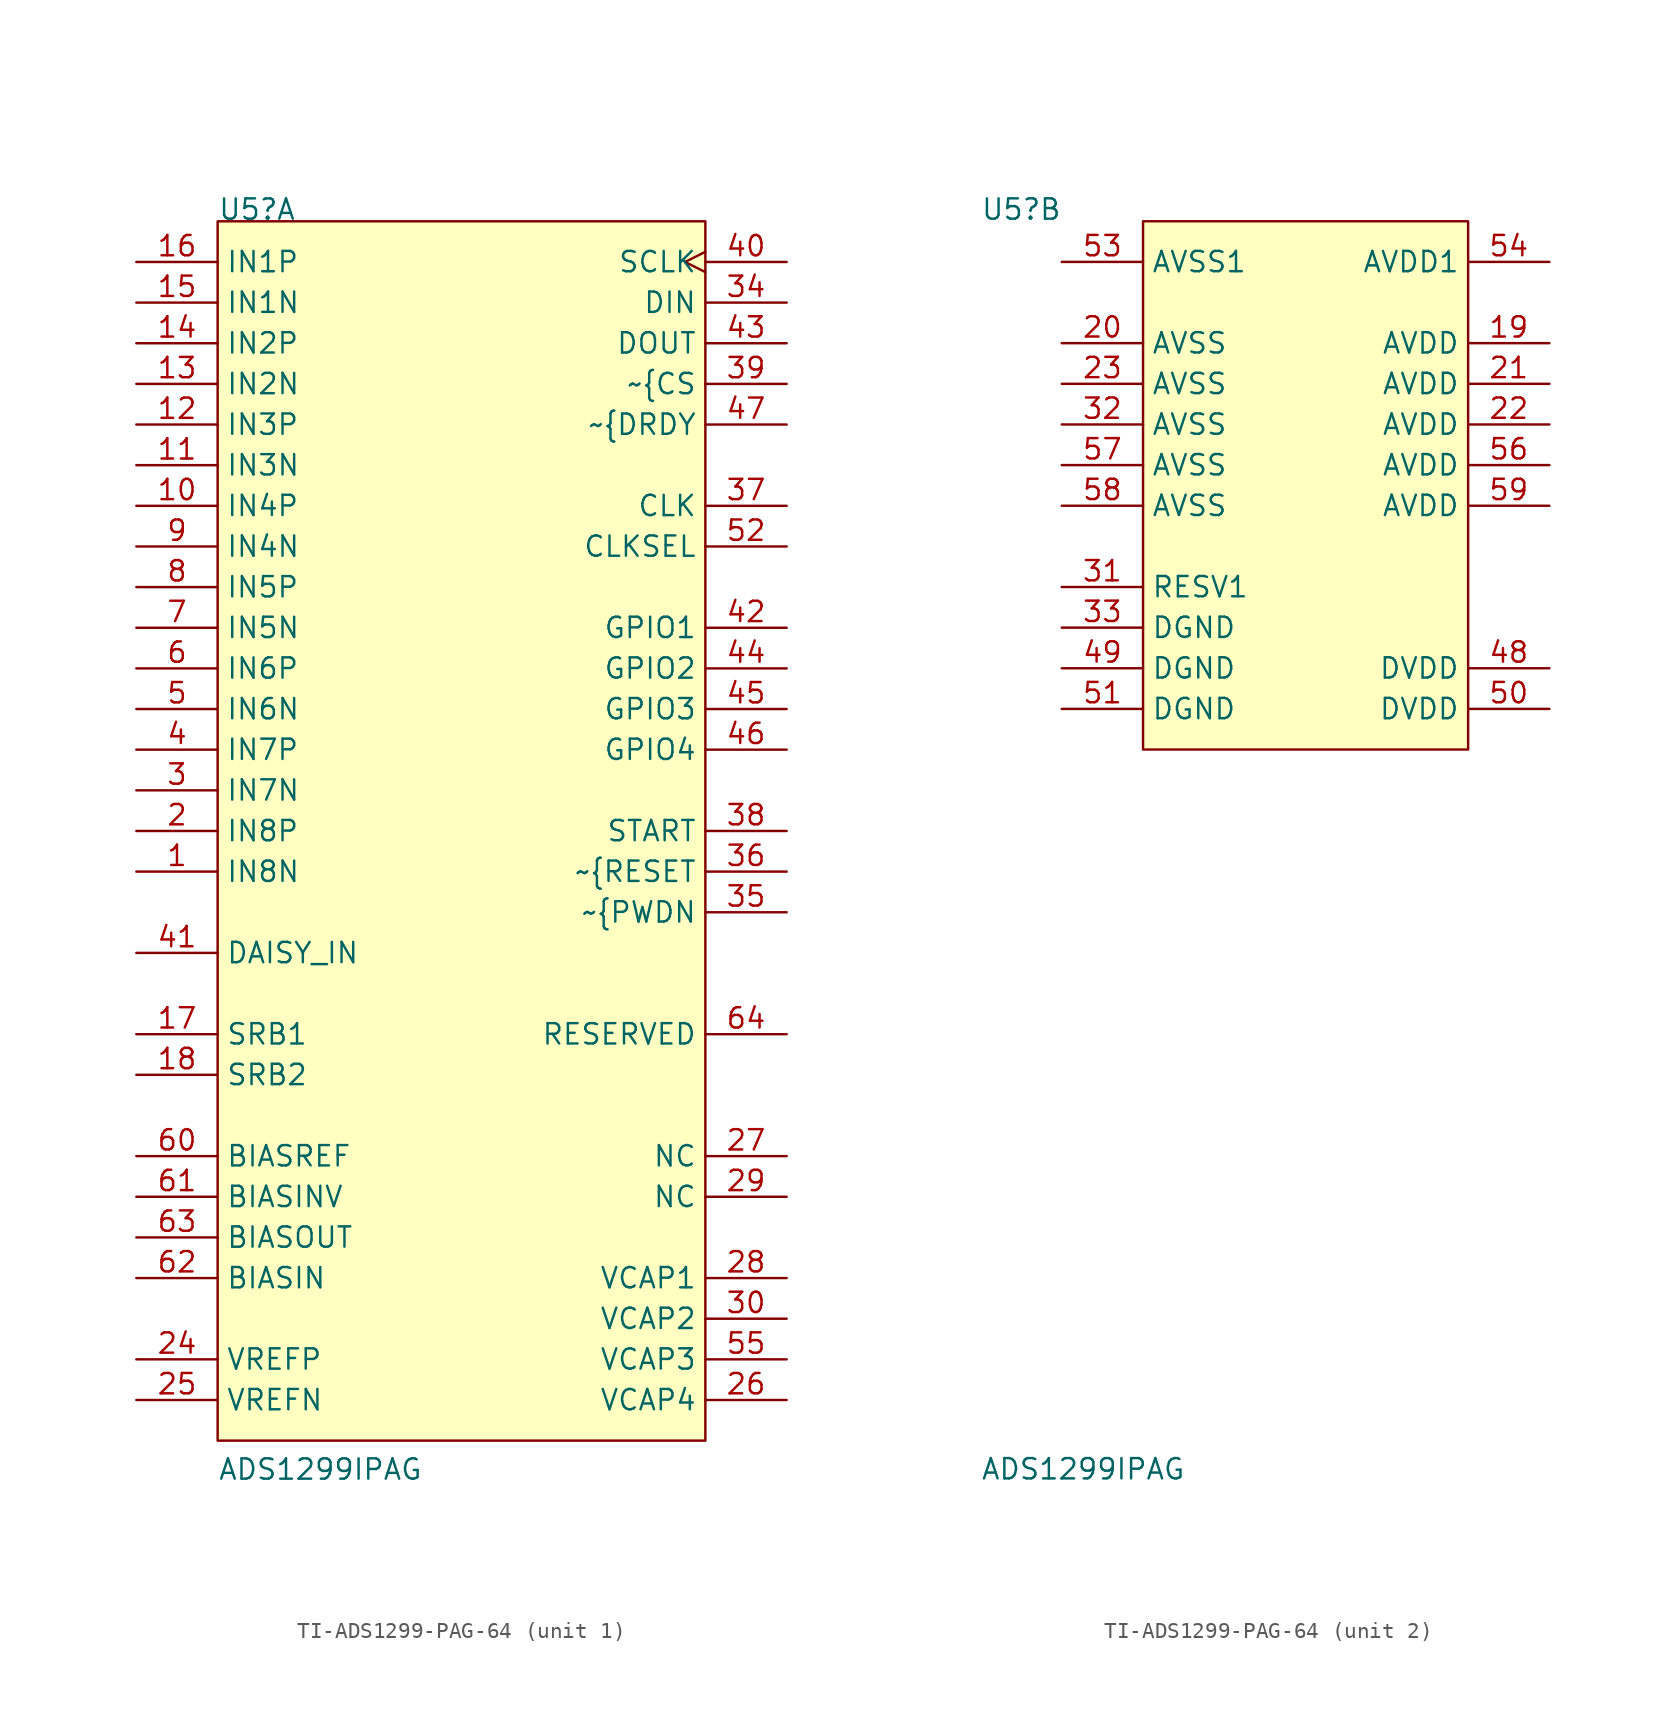
<source format=kicad_sym>
(kicad_symbol_lib
  (version 20241209)
  (generator "kicad_symbol_editor")
  (generator_version "9.0")
  (symbol "TI-ADS1299-PAG-64"
    (property "Reference" "U5"
      (at -30.48 0 0)
      (effects (font (size 1.27 1.27)) (justify left bottom)))
    (property "Value" "ADS1299IPAG"
      (at -30.48 -78.74 0)
      (effects (font (size 1.27 1.27)) (justify left bottom)))
    (symbol "TI-ADS1299-PAG-64_1_0"
      (rectangle (start 0 0) (end -30.48 -76.2) (stroke (width 0) (type default)) (fill (type background)))
      (pin input line (at -35.56 -2.54 0) (length 5.08) (name "IN1P" (effects (font (size 1.27 1.27)))) (number "16" (effects (font (size 1.27 1.27)))))
      (pin input line (at -35.56 -5.08 0) (length 5.08) (name "IN1N" (effects (font (size 1.27 1.27)))) (number "15" (effects (font (size 1.27 1.27)))))
      (pin input line (at -35.56 -7.62 0) (length 5.08) (name "IN2P" (effects (font (size 1.27 1.27)))) (number "14" (effects (font (size 1.27 1.27)))))
      (pin input line (at -35.56 -10.16 0) (length 5.08) (name "IN2N" (effects (font (size 1.27 1.27)))) (number "13" (effects (font (size 1.27 1.27)))))
      (pin input line (at -35.56 -12.7 0) (length 5.08) (name "IN3P" (effects (font (size 1.27 1.27)))) (number "12" (effects (font (size 1.27 1.27)))))
      (pin input line (at -35.56 -15.24 0) (length 5.08) (name "IN3N" (effects (font (size 1.27 1.27)))) (number "11" (effects (font (size 1.27 1.27)))))
      (pin input line (at -35.56 -17.78 0) (length 5.08) (name "IN4P" (effects (font (size 1.27 1.27)))) (number "10" (effects (font (size 1.27 1.27)))))
      (pin input line (at -35.56 -20.32 0) (length 5.08) (name "IN4N" (effects (font (size 1.27 1.27)))) (number "9" (effects (font (size 1.27 1.27)))))
      (pin input line (at -35.56 -22.86 0) (length 5.08) (name "IN5P" (effects (font (size 1.27 1.27)))) (number "8" (effects (font (size 1.27 1.27)))))
      (pin input line (at -35.56 -25.4 0) (length 5.08) (name "IN5N" (effects (font (size 1.27 1.27)))) (number "7" (effects (font (size 1.27 1.27)))))
      (pin input line (at -35.56 -27.94 0) (length 5.08) (name "IN6P" (effects (font (size 1.27 1.27)))) (number "6" (effects (font (size 1.27 1.27)))))
      (pin input line (at -35.56 -30.48 0) (length 5.08) (name "IN6N" (effects (font (size 1.27 1.27)))) (number "5" (effects (font (size 1.27 1.27)))))
      (pin input line (at -35.56 -33.02 0) (length 5.08) (name "IN7P" (effects (font (size 1.27 1.27)))) (number "4" (effects (font (size 1.27 1.27)))))
      (pin input line (at -35.56 -35.56 0) (length 5.08) (name "IN7N" (effects (font (size 1.27 1.27)))) (number "3" (effects (font (size 1.27 1.27)))))
      (pin input line (at -35.56 -38.1 0) (length 5.08) (name "IN8P" (effects (font (size 1.27 1.27)))) (number "2" (effects (font (size 1.27 1.27)))))
      (pin input line (at -35.56 -40.64 0) (length 5.08) (name "IN8N" (effects (font (size 1.27 1.27)))) (number "1" (effects (font (size 1.27 1.27)))))
      (pin input line (at -35.56 -45.72 0) (length 5.08) (name "DAISY_IN" (effects (font (size 1.27 1.27)))) (number "41" (effects (font (size 1.27 1.27)))))
      (pin input line (at -35.56 -50.8 0) (length 5.08) (name "SRB1" (effects (font (size 1.27 1.27)))) (number "17" (effects (font (size 1.27 1.27)))))
      (pin input line (at -35.56 -53.34 0) (length 5.08) (name "SRB2" (effects (font (size 1.27 1.27)))) (number "18" (effects (font (size 1.27 1.27)))))
      (pin input line (at -35.56 -58.42 0) (length 5.08) (name "BIASREF" (effects (font (size 1.27 1.27)))) (number "60" (effects (font (size 1.27 1.27)))))
      (pin input line (at -35.56 -60.96 0) (length 5.08) (name "BIASINV" (effects (font (size 1.27 1.27)))) (number "61" (effects (font (size 1.27 1.27)))))
      (pin output line (at -35.56 -63.5 0) (length 5.08) (name "BIASOUT" (effects (font (size 1.27 1.27)))) (number "63" (effects (font (size 1.27 1.27)))))
      (pin input line (at -35.56 -66.04 0) (length 5.08) (name "BIASIN" (effects (font (size 1.27 1.27)))) (number "62" (effects (font (size 1.27 1.27)))))
      (pin passive line (at -35.56 -71.12 0) (length 5.08) (name "VREFP" (effects (font (size 1.27 1.27)))) (number "24" (effects (font (size 1.27 1.27)))))
      (pin passive line (at -35.56 -73.66 0) (length 5.08) (name "VREFN" (effects (font (size 1.27 1.27)))) (number "25" (effects (font (size 1.27 1.27)))))
      (pin input clock (at 5.08 -2.54 180) (length 5.08) (name "SCLK" (effects (font (size 1.27 1.27)))) (number "40" (effects (font (size 1.27 1.27)))))
      (pin input line (at 5.08 -5.08 180) (length 5.08) (name "DIN" (effects (font (size 1.27 1.27)))) (number "34" (effects (font (size 1.27 1.27)))))
      (pin tri_state line (at 5.08 -7.62 180) (length 5.08) (name "DOUT" (effects (font (size 1.27 1.27)))) (number "43" (effects (font (size 1.27 1.27)))))
      (pin input line (at 5.08 -10.16 180) (length 5.08) (name "~{CS" (effects (font (size 1.27 1.27)))) (number "39" (effects (font (size 1.27 1.27)))))
      (pin output line (at 5.08 -12.7 180) (length 5.08) (name "~{DRDY" (effects (font (size 1.27 1.27)))) (number "47" (effects (font (size 1.27 1.27)))))
      (pin bidirectional line (at 5.08 -17.78 180) (length 5.08) (name "CLK" (effects (font (size 1.27 1.27)))) (number "37" (effects (font (size 1.27 1.27)))))
      (pin input line (at 5.08 -20.32 180) (length 5.08) (name "CLKSEL" (effects (font (size 1.27 1.27)))) (number "52" (effects (font (size 1.27 1.27)))))
      (pin bidirectional line (at 5.08 -25.4 180) (length 5.08) (name "GPIO1" (effects (font (size 1.27 1.27)))) (number "42" (effects (font (size 1.27 1.27)))))
      (pin bidirectional line (at 5.08 -27.94 180) (length 5.08) (name "GPIO2" (effects (font (size 1.27 1.27)))) (number "44" (effects (font (size 1.27 1.27)))))
      (pin bidirectional line (at 5.08 -30.48 180) (length 5.08) (name "GPIO3" (effects (font (size 1.27 1.27)))) (number "45" (effects (font (size 1.27 1.27)))))
      (pin bidirectional line (at 5.08 -33.02 180) (length 5.08) (name "GPIO4" (effects (font (size 1.27 1.27)))) (number "46" (effects (font (size 1.27 1.27)))))
      (pin input line (at 5.08 -38.1 180) (length 5.08) (name "START" (effects (font (size 1.27 1.27)))) (number "38" (effects (font (size 1.27 1.27)))))
      (pin input line (at 5.08 -40.64 180) (length 5.08) (name "~{RESET" (effects (font (size 1.27 1.27)))) (number "36" (effects (font (size 1.27 1.27)))))
      (pin input line (at 5.08 -43.18 180) (length 5.08) (name "~{PWDN" (effects (font (size 1.27 1.27)))) (number "35" (effects (font (size 1.27 1.27)))))
      (pin passive line (at 5.08 -50.8 180) (length 5.08) (name "RESERVED" (effects (font (size 1.27 1.27)))) (number "64" (effects (font (size 1.27 1.27)))))
      (pin passive line (at 5.08 -58.42 180) (length 5.08) (name "NC" (effects (font (size 1.27 1.27)))) (number "27" (effects (font (size 1.27 1.27)))))
      (pin passive line (at 5.08 -60.96 180) (length 5.08) (name "NC" (effects (font (size 1.27 1.27)))) (number "29" (effects (font (size 1.27 1.27)))))
      (pin passive line (at 5.08 -66.04 180) (length 5.08) (name "VCAP1" (effects (font (size 1.27 1.27)))) (number "28" (effects (font (size 1.27 1.27)))))
      (pin passive line (at 5.08 -68.58 180) (length 5.08) (name "VCAP2" (effects (font (size 1.27 1.27)))) (number "30" (effects (font (size 1.27 1.27)))))
      (pin passive line (at 5.08 -71.12 180) (length 5.08) (name "VCAP3" (effects (font (size 1.27 1.27)))) (number "55" (effects (font (size 1.27 1.27)))))
      (pin passive line (at 5.08 -73.66 180) (length 5.08) (name "VCAP4" (effects (font (size 1.27 1.27)))) (number "26" (effects (font (size 1.27 1.27))))))
    (symbol "TI-ADS1299-PAG-64_2_0"
      (rectangle (start 0 0) (end -20.32 -33.02) (stroke (width 0) (type default)) (fill (type background)))
      (pin power_in line (at -25.4 -2.54 0) (length 5.08) (name "AVSS1" (effects (font (size 1.27 1.27)))) (number "53" (effects (font (size 1.27 1.27)))))
      (pin power_in line (at -25.4 -7.62 0) (length 5.08) (name "AVSS" (effects (font (size 1.27 1.27)))) (number "20" (effects (font (size 1.27 1.27)))))
      (pin power_in line (at -25.4 -10.16 0) (length 5.08) (name "AVSS" (effects (font (size 1.27 1.27)))) (number "23" (effects (font (size 1.27 1.27)))))
      (pin power_in line (at -25.4 -12.7 0) (length 5.08) (name "AVSS" (effects (font (size 1.27 1.27)))) (number "32" (effects (font (size 1.27 1.27)))))
      (pin power_in line (at -25.4 -15.24 0) (length 5.08) (name "AVSS" (effects (font (size 1.27 1.27)))) (number "57" (effects (font (size 1.27 1.27)))))
      (pin power_in line (at -25.4 -17.78 0) (length 5.08) (name "AVSS" (effects (font (size 1.27 1.27)))) (number "58" (effects (font (size 1.27 1.27)))))
      (pin power_in line (at -25.4 -22.86 0) (length 5.08) (name "RESV1" (effects (font (size 1.27 1.27)))) (number "31" (effects (font (size 1.27 1.27)))))
      (pin power_in line (at -25.4 -25.4 0) (length 5.08) (name "DGND" (effects (font (size 1.27 1.27)))) (number "33" (effects (font (size 1.27 1.27)))))
      (pin power_in line (at -25.4 -27.94 0) (length 5.08) (name "DGND" (effects (font (size 1.27 1.27)))) (number "49" (effects (font (size 1.27 1.27)))))
      (pin power_in line (at -25.4 -30.48 0) (length 5.08) (name "DGND" (effects (font (size 1.27 1.27)))) (number "51" (effects (font (size 1.27 1.27)))))
      (pin power_in line (at 5.08 -2.54 180) (length 5.08) (name "AVDD1" (effects (font (size 1.27 1.27)))) (number "54" (effects (font (size 1.27 1.27)))))
      (pin power_in line (at 5.08 -7.62 180) (length 5.08) (name "AVDD" (effects (font (size 1.27 1.27)))) (number "19" (effects (font (size 1.27 1.27)))))
      (pin power_in line (at 5.08 -10.16 180) (length 5.08) (name "AVDD" (effects (font (size 1.27 1.27)))) (number "21" (effects (font (size 1.27 1.27)))))
      (pin power_in line (at 5.08 -12.7 180) (length 5.08) (name "AVDD" (effects (font (size 1.27 1.27)))) (number "22" (effects (font (size 1.27 1.27)))))
      (pin power_in line (at 5.08 -15.24 180) (length 5.08) (name "AVDD" (effects (font (size 1.27 1.27)))) (number "56" (effects (font (size 1.27 1.27)))))
      (pin power_in line (at 5.08 -17.78 180) (length 5.08) (name "AVDD" (effects (font (size 1.27 1.27)))) (number "59" (effects (font (size 1.27 1.27)))))
      (pin power_in line (at 5.08 -27.94 180) (length 5.08) (name "DVDD" (effects (font (size 1.27 1.27)))) (number "48" (effects (font (size 1.27 1.27)))))
      (pin power_in line (at 5.08 -30.48 180) (length 5.08) (name "DVDD" (effects (font (size 1.27 1.27)))) (number "50" (effects (font (size 1.27 1.27))))))))
</source>
